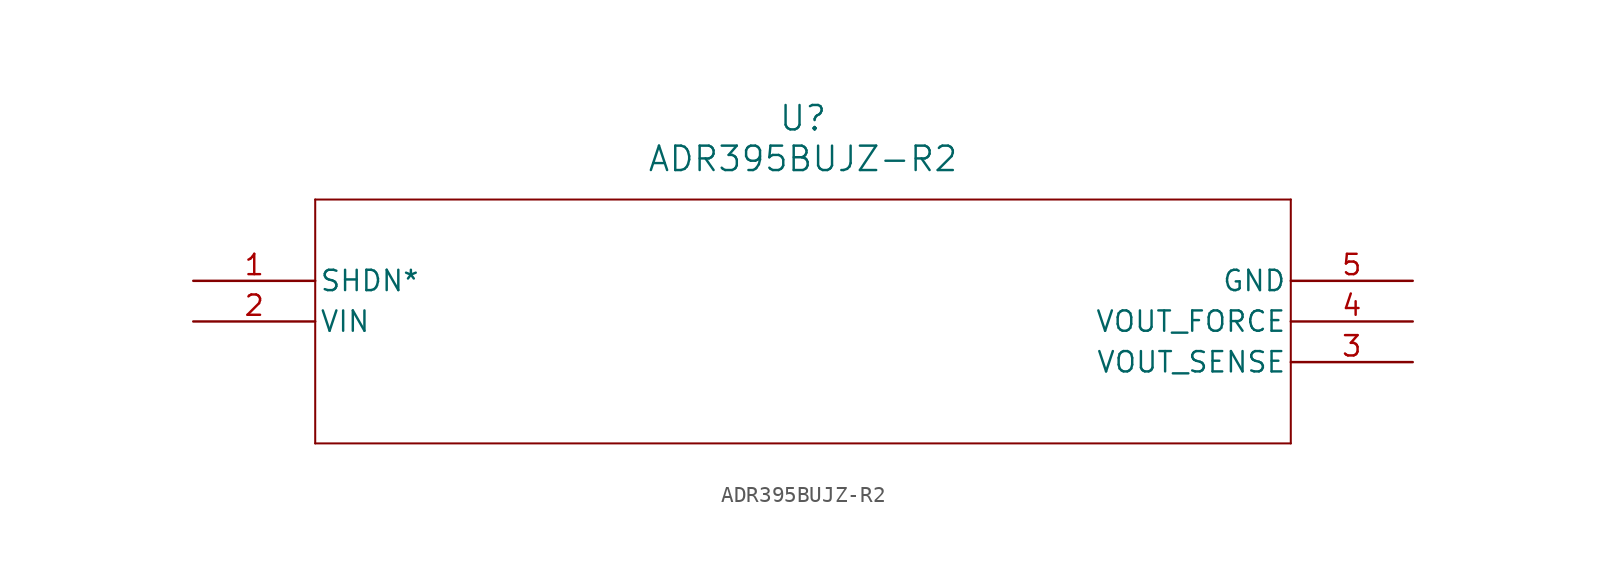
<source format=kicad_sym>
(kicad_symbol_lib
  (version 20211014)
  (generator kicad_symbol_editor)
  (symbol "ADR395BUJZ-R2"
    (pin_names
      (offset 0.254))
    (property "Reference" "U"
      (at 38.1 10.16 0)
      (effects (font (size 1.524 1.524))))
    (property "Value" "ADR395BUJZ-R2"
      (at 38.1 7.62 0)
      (effects (font (size 1.524 1.524))))
    (symbol "ADR395BUJZ-R2_0_1"
      (polyline (pts (xy 7.62 5.08) (xy 7.62 -10.16)) (stroke (width 0.127) (type default) (color 0 0 0 0)) (fill (type none)))
      (polyline (pts (xy 7.62 -10.16) (xy 68.58 -10.16)) (stroke (width 0.127) (type default) (color 0 0 0 0)) (fill (type none)))
      (polyline (pts (xy 68.58 -10.16) (xy 68.58 5.08)) (stroke (width 0.127) (type default) (color 0 0 0 0)) (fill (type none)))
      (polyline (pts (xy 68.58 5.08) (xy 7.62 5.08)) (stroke (width 0.127) (type default) (color 0 0 0 0)) (fill (type none)))
      (pin unspecified line (at 0 0 0) (length 7.62) (name "SHDN*" (effects (font (size 1.27 1.27)))) (number "1" (effects (font (size 1.27 1.27)))))
      (pin unspecified line (at 0 -2.54 0) (length 7.62) (name "VIN" (effects (font (size 1.27 1.27)))) (number "2" (effects (font (size 1.27 1.27)))))
      (pin unspecified line (at 76.2 -5.08 180) (length 7.62) (name "VOUT_SENSE" (effects (font (size 1.27 1.27)))) (number "3" (effects (font (size 1.27 1.27)))))
      (pin unspecified line (at 76.2 -2.54 180) (length 7.62) (name "VOUT_FORCE" (effects (font (size 1.27 1.27)))) (number "4" (effects (font (size 1.27 1.27)))))
      (pin unspecified line (at 76.2 0 180) (length 7.62) (name "GND" (effects (font (size 1.27 1.27)))) (number "5" (effects (font (size 1.27 1.27))))))))
</source>
